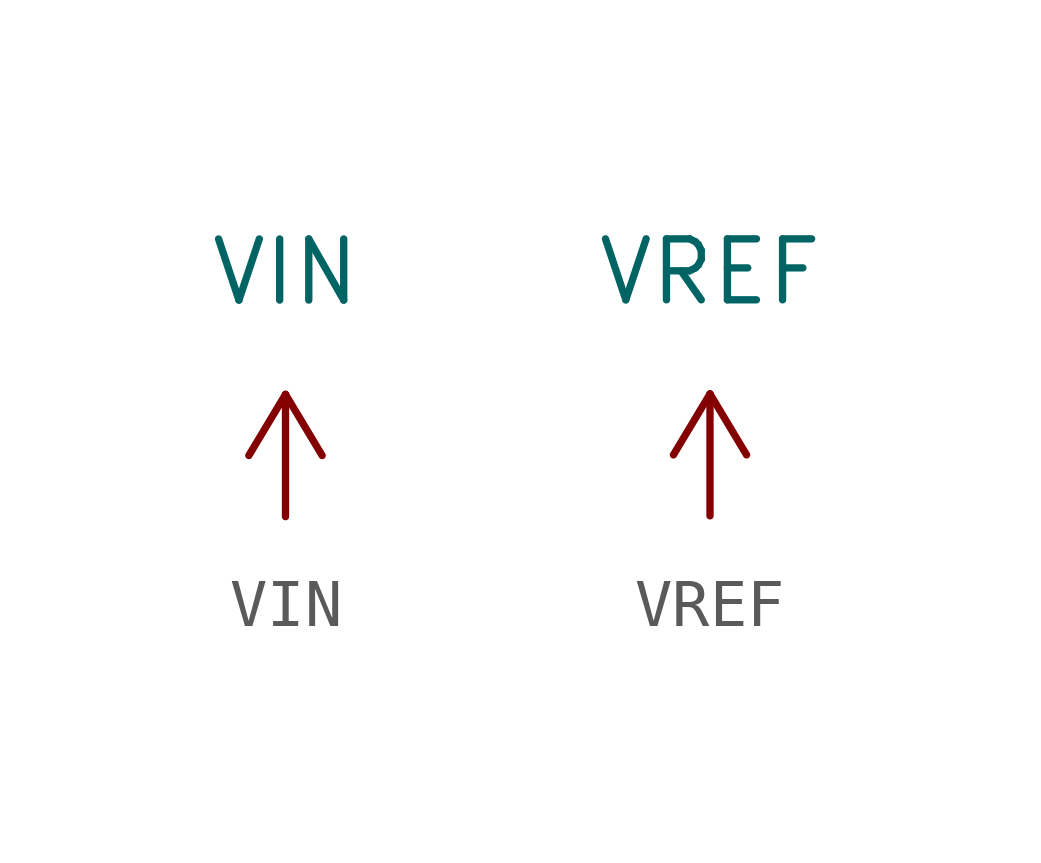
<source format=kicad_sym>
(kicad_symbol_lib
  (version 20211014)
  (generator kicad_symbol_editor)
  (symbol "VIN"
    (power)
    (pin_names
      (offset 0))
    (property "Reference" "#PWR?"
      (at 0 -3.81 0)
      (effects (font (size 1.27 1.27)) hide))
    (property "Value" "VIN"
      (at 0 5.08 0)
      (effects (font (size 1.27 1.27))))
    (symbol "VIN_0_1"
      (polyline (pts (xy -0.762 1.27) (xy 0 2.54)) (stroke (width 0) (type default) (color 0 0 0 0)) (fill (type none)))
      (polyline (pts (xy 0 0) (xy 0 2.54)) (stroke (width 0) (type default) (color 0 0 0 0)) (fill (type none)))
      (polyline (pts (xy 0 2.54) (xy 0.762 1.27)) (stroke (width 0) (type default) (color 0 0 0 0)) (fill (type none))))
    (symbol "VIN_1_1"
      (pin power_in line (at 0 0 90) (length 0) hide (name "VIN" (effects (font (size 1.27 1.27)))) (number "1" (effects (font (size 1.27 1.27)))))))
  (symbol "VREF"
    (power)
    (pin_names
      (offset 0))
    (property "Reference" "#PWR?"
      (at 0 -3.81 0)
      (effects (font (size 1.27 1.27)) hide))
    (property "Value" "VREF"
      (at 0 5.08 0)
      (effects (font (size 1.27 1.27))))
    (symbol "VREF_0_1"
      (polyline (pts (xy -0.762 1.27) (xy 0 2.54)) (stroke (width 0) (type default) (color 0 0 0 0)) (fill (type none)))
      (polyline (pts (xy 0 0) (xy 0 2.54)) (stroke (width 0) (type default) (color 0 0 0 0)) (fill (type none)))
      (polyline (pts (xy 0 2.54) (xy 0.762 1.27)) (stroke (width 0) (type default) (color 0 0 0 0)) (fill (type none))))
    (symbol "VREF_1_1"
      (pin power_in line (at 0 0 90) (length 0) hide (name "VREF" (effects (font (size 1.27 1.27)))) (number "1" (effects (font (size 1.27 1.27))))))))
</source>
